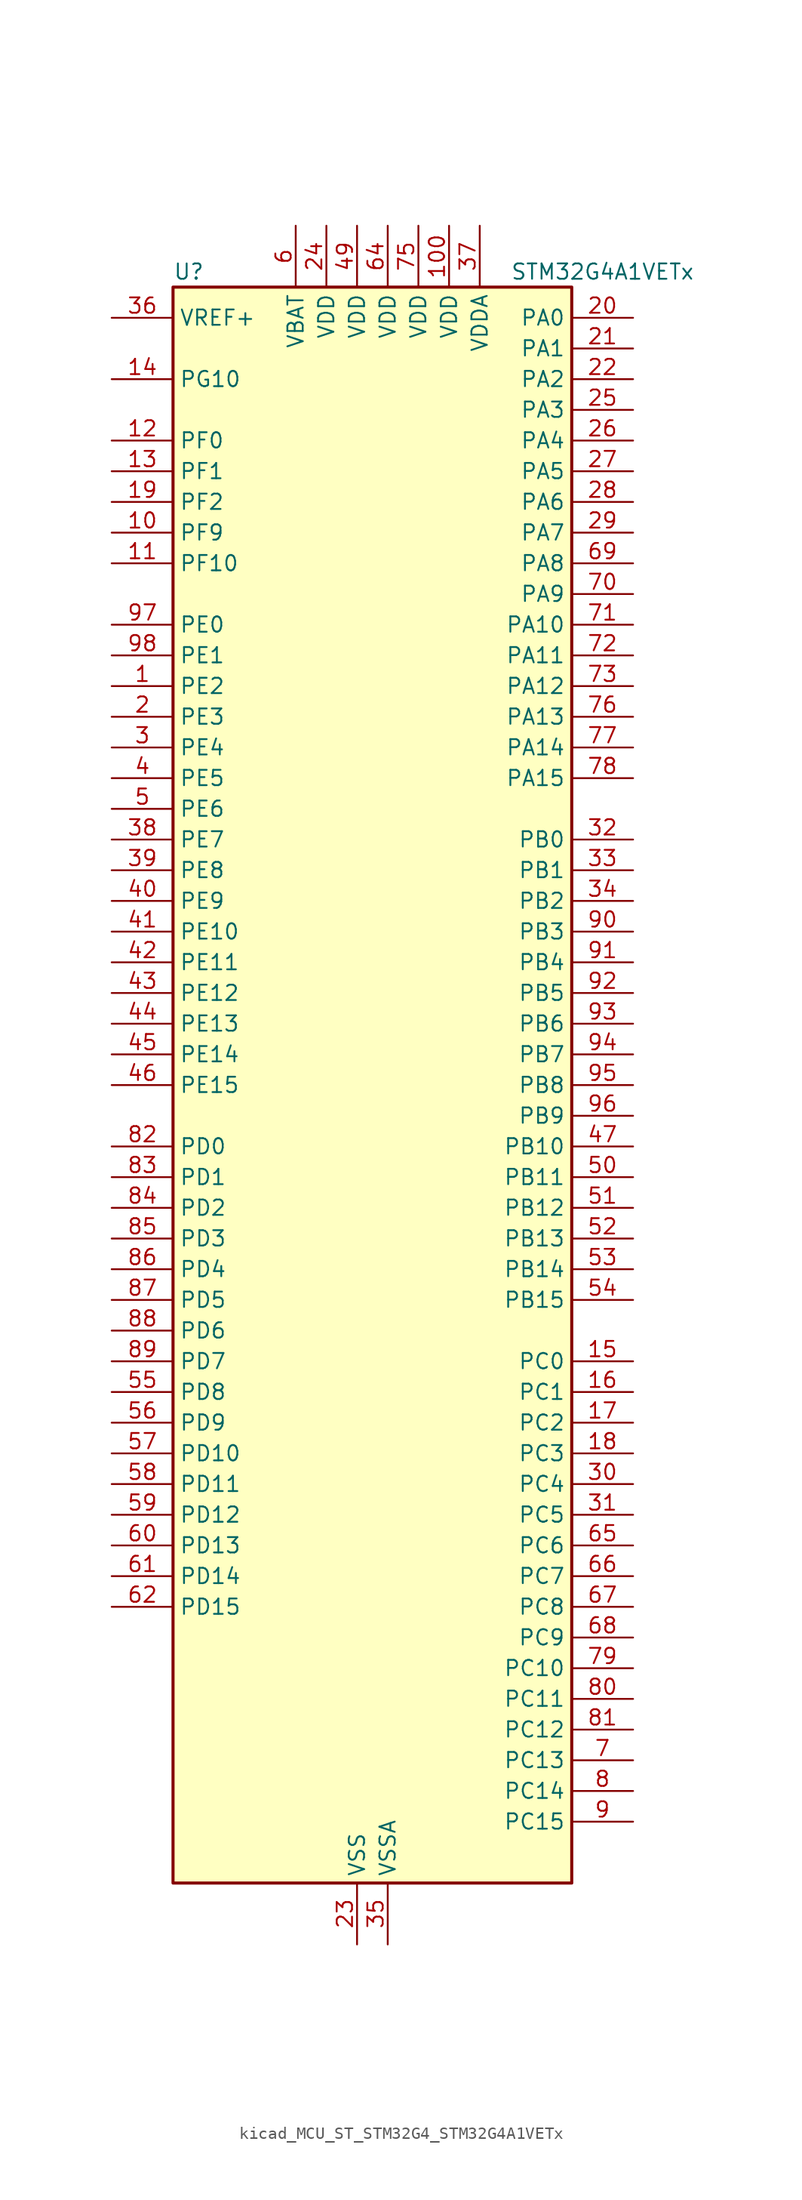
<source format=kicad_sym>
(kicad_symbol_lib
  (version 20220914)
  (generator kicad_symbol_editor)
  (symbol "kicad_MCU_ST_STM32G4_STM32G4A1VETx"
    (property "Reference" "U"
      (at -15.24 67.31 0)
      (effects (font (size 1.27 1.27)) (justify left)))
    (property "Value" "STM32G4A1VETx"
      (at 12.7 67.31 0)
      (effects (font (size 1.27 1.27)) (justify left)))
    (property "ki_locked" ""
      (at 0 0 0)
      (effects (font (size 1.27 1.27))))
    (symbol "kicad_MCU_ST_STM32G4_STM32G4A1VETx_0_1"
      (rectangle (start -15.24 -66.04) (end 17.78 66.04) (stroke (width 0.254) (type default)) (fill (type background))))
    (symbol "kicad_MCU_ST_STM32G4_STM32G4A1VETx_1_1"
      (pin bidirectional line (at -20.32 33.02 0) (length 5.08) (name "PE2" (effects (font (size 1.27 1.27)))) (number "1" (effects (font (size 1.27 1.27)))) (alternate "ADC3_EXTI2" bidirectional line) (alternate "SAI1_CK1" bidirectional line) (alternate "SAI1_MCLK_A" bidirectional line) (alternate "SYS_TRACECLK" bidirectional line) (alternate "TIM20_CH1" bidirectional line) (alternate "TIM3_CH1" bidirectional line))
      (pin bidirectional line (at -20.32 45.72 0) (length 5.08) (name "PF9" (effects (font (size 1.27 1.27)))) (number "10" (effects (font (size 1.27 1.27)))) (alternate "DAC1_EXTI9" bidirectional line) (alternate "DAC3_EXTI9" bidirectional line) (alternate "QUADSPI1_BK1_IO1" bidirectional line) (alternate "SAI1_FS_B" bidirectional line) (alternate "SPI2_SCK" bidirectional line) (alternate "TIM15_CH1" bidirectional line) (alternate "TIM20_BKIN" bidirectional line))
      (pin power_in line (at 7.62 71.12 270) (length 5.08) (name "VDD" (effects (font (size 1.27 1.27)))) (number "100" (effects (font (size 1.27 1.27)))))
      (pin bidirectional line (at -20.32 43.18 0) (length 5.08) (name "PF10" (effects (font (size 1.27 1.27)))) (number "11" (effects (font (size 1.27 1.27)))) (alternate "DAC1_EXTI10" bidirectional line) (alternate "DAC3_EXTI10" bidirectional line) (alternate "QUADSPI1_CLK" bidirectional line) (alternate "SAI1_D3" bidirectional line) (alternate "SPI2_SCK" bidirectional line) (alternate "TIM15_CH2" bidirectional line) (alternate "TIM20_BKIN2" bidirectional line))
      (pin bidirectional line (at -20.32 53.34 0) (length 5.08) (name "PF0" (effects (font (size 1.27 1.27)))) (number "12" (effects (font (size 1.27 1.27)))) (alternate "ADC1_IN10" bidirectional line) (alternate "I2C2_SDA" bidirectional line) (alternate "I2S2_WS" bidirectional line) (alternate "RCC_OSC_IN" bidirectional line) (alternate "SPI2_NSS" bidirectional line) (alternate "TIM1_CH3N" bidirectional line))
      (pin bidirectional line (at -20.32 50.8 0) (length 5.08) (name "PF1" (effects (font (size 1.27 1.27)))) (number "13" (effects (font (size 1.27 1.27)))) (alternate "ADC2_IN10" bidirectional line) (alternate "COMP3_INM" bidirectional line) (alternate "I2S2_CK" bidirectional line) (alternate "RCC_OSC_OUT" bidirectional line) (alternate "SPI2_SCK" bidirectional line))
      (pin bidirectional line (at -20.32 58.42 0) (length 5.08) (name "PG10" (effects (font (size 1.27 1.27)))) (number "14" (effects (font (size 1.27 1.27)))) (alternate "DAC1_EXTI10" bidirectional line) (alternate "DAC3_EXTI10" bidirectional line) (alternate "RCC_MCO" bidirectional line))
      (pin bidirectional line (at 22.86 -22.86 180) (length 5.08) (name "PC0" (effects (font (size 1.27 1.27)))) (number "15" (effects (font (size 1.27 1.27)))) (alternate "ADC1_IN6" bidirectional line) (alternate "ADC2_IN6" bidirectional line) (alternate "COMP3_INM" bidirectional line) (alternate "LPTIM1_IN1" bidirectional line) (alternate "LPUART1_RX" bidirectional line) (alternate "TIM1_CH1" bidirectional line))
      (pin bidirectional line (at 22.86 -25.4 180) (length 5.08) (name "PC1" (effects (font (size 1.27 1.27)))) (number "16" (effects (font (size 1.27 1.27)))) (alternate "ADC1_IN7" bidirectional line) (alternate "ADC2_IN7" bidirectional line) (alternate "COMP3_INP" bidirectional line) (alternate "LPTIM1_OUT" bidirectional line) (alternate "LPUART1_TX" bidirectional line) (alternate "QUADSPI1_BK2_IO0" bidirectional line) (alternate "SAI1_SD_A" bidirectional line) (alternate "TIM1_CH2" bidirectional line))
      (pin bidirectional line (at 22.86 -27.94 180) (length 5.08) (name "PC2" (effects (font (size 1.27 1.27)))) (number "17" (effects (font (size 1.27 1.27)))) (alternate "ADC1_IN8" bidirectional line) (alternate "ADC2_IN8" bidirectional line) (alternate "ADC3_EXTI2" bidirectional line) (alternate "COMP3_OUT" bidirectional line) (alternate "LPTIM1_IN2" bidirectional line) (alternate "QUADSPI1_BK2_IO1" bidirectional line) (alternate "TIM1_CH3" bidirectional line) (alternate "TIM20_CH2" bidirectional line))
      (pin bidirectional line (at 22.86 -30.48 180) (length 5.08) (name "PC3" (effects (font (size 1.27 1.27)))) (number "18" (effects (font (size 1.27 1.27)))) (alternate "ADC1_IN9" bidirectional line) (alternate "ADC2_IN9" bidirectional line) (alternate "ADC3_EXTI3" bidirectional line) (alternate "LPTIM1_ETR" bidirectional line) (alternate "QUADSPI1_BK2_IO2" bidirectional line) (alternate "SAI1_D1" bidirectional line) (alternate "SAI1_SD_A" bidirectional line) (alternate "TIM1_BKIN2" bidirectional line) (alternate "TIM1_CH4" bidirectional line))
      (pin bidirectional line (at -20.32 48.26 0) (length 5.08) (name "PF2" (effects (font (size 1.27 1.27)))) (number "19" (effects (font (size 1.27 1.27)))) (alternate "ADC3_EXTI2" bidirectional line) (alternate "I2C2_SMBA" bidirectional line) (alternate "TIM20_CH3" bidirectional line))
      (pin bidirectional line (at -20.32 30.48 0) (length 5.08) (name "PE3" (effects (font (size 1.27 1.27)))) (number "2" (effects (font (size 1.27 1.27)))) (alternate "ADC3_EXTI3" bidirectional line) (alternate "SAI1_SD_B" bidirectional line) (alternate "SYS_TRACED0" bidirectional line) (alternate "TIM20_CH2" bidirectional line) (alternate "TIM3_CH2" bidirectional line))
      (pin bidirectional line (at 22.86 63.5 180) (length 5.08) (name "PA0" (effects (font (size 1.27 1.27)))) (number "20" (effects (font (size 1.27 1.27)))) (alternate "ADC1_IN1" bidirectional line) (alternate "ADC2_IN1" bidirectional line) (alternate "COMP1_INM" bidirectional line) (alternate "COMP1_OUT" bidirectional line) (alternate "COMP3_INP" bidirectional line) (alternate "RTC_TAMP2" bidirectional line) (alternate "SYS_WKUP1" bidirectional line) (alternate "TIM2_CH1" bidirectional line) (alternate "TIM2_ETR" bidirectional line) (alternate "TIM8_BKIN" bidirectional line) (alternate "TIM8_ETR" bidirectional line) (alternate "USART2_CTS" bidirectional line) (alternate "USART2_NSS" bidirectional line))
      (pin bidirectional line (at 22.86 60.96 180) (length 5.08) (name "PA1" (effects (font (size 1.27 1.27)))) (number "21" (effects (font (size 1.27 1.27)))) (alternate "ADC1_IN2" bidirectional line) (alternate "ADC2_IN2" bidirectional line) (alternate "COMP1_INP" bidirectional line) (alternate "OPAMP1_VINP" bidirectional line) (alternate "OPAMP1_VINP_SEC" bidirectional line) (alternate "OPAMP3_VINP" bidirectional line) (alternate "OPAMP3_VINP_SEC" bidirectional line) (alternate "OPAMP6_VINM" bidirectional line) (alternate "OPAMP6_VINM0" bidirectional line) (alternate "OPAMP6_VINM_SEC" bidirectional line) (alternate "RTC_REFIN" bidirectional line) (alternate "TIM15_CH1N" bidirectional line) (alternate "TIM2_CH2" bidirectional line) (alternate "USART2_DE" bidirectional line) (alternate "USART2_RTS" bidirectional line))
      (pin bidirectional line (at 22.86 58.42 180) (length 5.08) (name "PA2" (effects (font (size 1.27 1.27)))) (number "22" (effects (font (size 1.27 1.27)))) (alternate "ADC1_IN3" bidirectional line) (alternate "ADC3_EXTI2" bidirectional line) (alternate "COMP2_INM" bidirectional line) (alternate "COMP2_OUT" bidirectional line) (alternate "LPUART1_TX" bidirectional line) (alternate "OPAMP1_VOUT" bidirectional line) (alternate "QUADSPI1_BK1_NCS" bidirectional line) (alternate "RCC_LSCO" bidirectional line) (alternate "SYS_WKUP4" bidirectional line) (alternate "TIM15_CH1" bidirectional line) (alternate "TIM2_CH3" bidirectional line) (alternate "UCPD1_FRSTX1" bidirectional line) (alternate "UCPD1_FRSTX2" bidirectional line) (alternate "USART2_TX" bidirectional line))
      (pin power_in line (at 0 -71.12 90) (length 5.08) (name "VSS" (effects (font (size 1.27 1.27)))) (number "23" (effects (font (size 1.27 1.27)))))
      (pin power_in line (at -2.54 71.12 270) (length 5.08) (name "VDD" (effects (font (size 1.27 1.27)))) (number "24" (effects (font (size 1.27 1.27)))))
      (pin bidirectional line (at 22.86 55.88 180) (length 5.08) (name "PA3" (effects (font (size 1.27 1.27)))) (number "25" (effects (font (size 1.27 1.27)))) (alternate "ADC1_IN4" bidirectional line) (alternate "ADC3_EXTI3" bidirectional line) (alternate "COMP2_INP" bidirectional line) (alternate "LPUART1_RX" bidirectional line) (alternate "OPAMP1_VINM" bidirectional line) (alternate "OPAMP1_VINM0" bidirectional line) (alternate "OPAMP1_VINM_SEC" bidirectional line) (alternate "OPAMP1_VINP" bidirectional line) (alternate "OPAMP1_VINP_SEC" bidirectional line) (alternate "QUADSPI1_CLK" bidirectional line) (alternate "SAI1_CK1" bidirectional line) (alternate "SAI1_MCLK_A" bidirectional line) (alternate "TIM15_CH2" bidirectional line) (alternate "TIM2_CH4" bidirectional line) (alternate "USART2_RX" bidirectional line))
      (pin bidirectional line (at 22.86 53.34 180) (length 5.08) (name "PA4" (effects (font (size 1.27 1.27)))) (number "26" (effects (font (size 1.27 1.27)))) (alternate "ADC2_IN17" bidirectional line) (alternate "COMP1_INM" bidirectional line) (alternate "DAC1_OUT1" bidirectional line) (alternate "I2S3_WS" bidirectional line) (alternate "SAI1_FS_B" bidirectional line) (alternate "SPI1_NSS" bidirectional line) (alternate "SPI3_NSS" bidirectional line) (alternate "TIM3_CH2" bidirectional line) (alternate "USART2_CK" bidirectional line))
      (pin bidirectional line (at 22.86 50.8 180) (length 5.08) (name "PA5" (effects (font (size 1.27 1.27)))) (number "27" (effects (font (size 1.27 1.27)))) (alternate "ADC2_IN13" bidirectional line) (alternate "COMP2_INM" bidirectional line) (alternate "DAC1_OUT2" bidirectional line) (alternate "OPAMP2_VINM" bidirectional line) (alternate "OPAMP2_VINM0" bidirectional line) (alternate "OPAMP2_VINM_SEC" bidirectional line) (alternate "SPI1_SCK" bidirectional line) (alternate "TIM2_CH1" bidirectional line) (alternate "TIM2_ETR" bidirectional line) (alternate "UCPD1_FRSTX1" bidirectional line) (alternate "UCPD1_FRSTX2" bidirectional line))
      (pin bidirectional line (at 22.86 48.26 180) (length 5.08) (name "PA6" (effects (font (size 1.27 1.27)))) (number "28" (effects (font (size 1.27 1.27)))) (alternate "ADC2_IN3" bidirectional line) (alternate "COMP1_OUT" bidirectional line) (alternate "LPUART1_CTS" bidirectional line) (alternate "OPAMP2_VOUT" bidirectional line) (alternate "QUADSPI1_BK1_IO3" bidirectional line) (alternate "SPI1_MISO" bidirectional line) (alternate "TIM16_CH1" bidirectional line) (alternate "TIM1_BKIN" bidirectional line) (alternate "TIM3_CH1" bidirectional line) (alternate "TIM8_BKIN" bidirectional line))
      (pin bidirectional line (at 22.86 45.72 180) (length 5.08) (name "PA7" (effects (font (size 1.27 1.27)))) (number "29" (effects (font (size 1.27 1.27)))) (alternate "ADC2_IN4" bidirectional line) (alternate "COMP2_INP" bidirectional line) (alternate "COMP2_OUT" bidirectional line) (alternate "OPAMP1_VINP" bidirectional line) (alternate "OPAMP1_VINP_SEC" bidirectional line) (alternate "OPAMP2_VINP" bidirectional line) (alternate "OPAMP2_VINP_SEC" bidirectional line) (alternate "QUADSPI1_BK1_IO2" bidirectional line) (alternate "SPI1_MOSI" bidirectional line) (alternate "TIM17_CH1" bidirectional line) (alternate "TIM1_CH1N" bidirectional line) (alternate "TIM3_CH2" bidirectional line) (alternate "TIM8_CH1N" bidirectional line) (alternate "UCPD1_FRSTX1" bidirectional line) (alternate "UCPD1_FRSTX2" bidirectional line))
      (pin bidirectional line (at -20.32 27.94 0) (length 5.08) (name "PE4" (effects (font (size 1.27 1.27)))) (number "3" (effects (font (size 1.27 1.27)))) (alternate "SAI1_D2" bidirectional line) (alternate "SAI1_FS_A" bidirectional line) (alternate "SYS_TRACED1" bidirectional line) (alternate "TIM20_CH1N" bidirectional line) (alternate "TIM3_CH3" bidirectional line))
      (pin bidirectional line (at 22.86 -33.02 180) (length 5.08) (name "PC4" (effects (font (size 1.27 1.27)))) (number "30" (effects (font (size 1.27 1.27)))) (alternate "ADC2_IN5" bidirectional line) (alternate "I2C2_SCL" bidirectional line) (alternate "QUADSPI1_BK2_IO3" bidirectional line) (alternate "TIM1_ETR" bidirectional line) (alternate "USART1_TX" bidirectional line))
      (pin bidirectional line (at 22.86 -35.56 180) (length 5.08) (name "PC5" (effects (font (size 1.27 1.27)))) (number "31" (effects (font (size 1.27 1.27)))) (alternate "ADC2_IN11" bidirectional line) (alternate "OPAMP1_VINM" bidirectional line) (alternate "OPAMP1_VINM1" bidirectional line) (alternate "OPAMP1_VINM_SEC" bidirectional line) (alternate "OPAMP2_VINM" bidirectional line) (alternate "OPAMP2_VINM1" bidirectional line) (alternate "OPAMP2_VINM_SEC" bidirectional line) (alternate "SAI1_D3" bidirectional line) (alternate "SYS_WKUP5" bidirectional line) (alternate "TIM15_BKIN" bidirectional line) (alternate "TIM1_CH4N" bidirectional line) (alternate "USART1_RX" bidirectional line))
      (pin bidirectional line (at 22.86 20.32 180) (length 5.08) (name "PB0" (effects (font (size 1.27 1.27)))) (number "32" (effects (font (size 1.27 1.27)))) (alternate "ADC1_IN15" bidirectional line) (alternate "ADC3_IN12" bidirectional line) (alternate "COMP4_INP" bidirectional line) (alternate "OPAMP2_VINP" bidirectional line) (alternate "OPAMP2_VINP_SEC" bidirectional line) (alternate "OPAMP3_VINP" bidirectional line) (alternate "OPAMP3_VINP_SEC" bidirectional line) (alternate "QUADSPI1_BK1_IO1" bidirectional line) (alternate "TIM1_CH2N" bidirectional line) (alternate "TIM3_CH3" bidirectional line) (alternate "TIM8_CH2N" bidirectional line) (alternate "UCPD1_FRSTX1" bidirectional line) (alternate "UCPD1_FRSTX2" bidirectional line))
      (pin bidirectional line (at 22.86 17.78 180) (length 5.08) (name "PB1" (effects (font (size 1.27 1.27)))) (number "33" (effects (font (size 1.27 1.27)))) (alternate "ADC1_IN12" bidirectional line) (alternate "ADC3_IN1" bidirectional line) (alternate "COMP1_INP" bidirectional line) (alternate "COMP4_OUT" bidirectional line) (alternate "LPUART1_DE" bidirectional line) (alternate "LPUART1_RTS" bidirectional line) (alternate "OPAMP3_VOUT" bidirectional line) (alternate "OPAMP6_VINM" bidirectional line) (alternate "OPAMP6_VINM1" bidirectional line) (alternate "OPAMP6_VINM_SEC" bidirectional line) (alternate "QUADSPI1_BK1_IO0" bidirectional line) (alternate "TIM1_CH3N" bidirectional line) (alternate "TIM3_CH4" bidirectional line) (alternate "TIM8_CH3N" bidirectional line))
      (pin bidirectional line (at 22.86 15.24 180) (length 5.08) (name "PB2" (effects (font (size 1.27 1.27)))) (number "34" (effects (font (size 1.27 1.27)))) (alternate "ADC2_IN12" bidirectional line) (alternate "ADC3_EXTI2" bidirectional line) (alternate "COMP4_INM" bidirectional line) (alternate "I2C3_SMBA" bidirectional line) (alternate "LPTIM1_OUT" bidirectional line) (alternate "OPAMP3_VINM" bidirectional line) (alternate "OPAMP3_VINM0" bidirectional line) (alternate "OPAMP3_VINM_SEC" bidirectional line) (alternate "QUADSPI1_BK2_IO1" bidirectional line) (alternate "RTC_OUT2" bidirectional line) (alternate "TIM20_CH1" bidirectional line))
      (pin power_in line (at 2.54 -71.12 90) (length 5.08) (name "VSSA" (effects (font (size 1.27 1.27)))) (number "35" (effects (font (size 1.27 1.27)))))
      (pin input line (at -20.32 63.5 0) (length 5.08) (name "VREF+" (effects (font (size 1.27 1.27)))) (number "36" (effects (font (size 1.27 1.27)))) (alternate "VREFBUF_OUT" bidirectional line))
      (pin power_in line (at 10.16 71.12 270) (length 5.08) (name "VDDA" (effects (font (size 1.27 1.27)))) (number "37" (effects (font (size 1.27 1.27)))))
      (pin bidirectional line (at -20.32 20.32 0) (length 5.08) (name "PE7" (effects (font (size 1.27 1.27)))) (number "38" (effects (font (size 1.27 1.27)))) (alternate "ADC3_IN4" bidirectional line) (alternate "COMP4_INP" bidirectional line) (alternate "SAI1_SD_B" bidirectional line) (alternate "TIM1_ETR" bidirectional line))
      (pin bidirectional line (at -20.32 17.78 0) (length 5.08) (name "PE8" (effects (font (size 1.27 1.27)))) (number "39" (effects (font (size 1.27 1.27)))) (alternate "ADC3_IN6" bidirectional line) (alternate "COMP4_INM" bidirectional line) (alternate "SAI1_SCK_B" bidirectional line) (alternate "TIM1_CH1N" bidirectional line))
      (pin bidirectional line (at -20.32 25.4 0) (length 5.08) (name "PE5" (effects (font (size 1.27 1.27)))) (number "4" (effects (font (size 1.27 1.27)))) (alternate "SAI1_CK2" bidirectional line) (alternate "SAI1_SCK_A" bidirectional line) (alternate "SYS_TRACED2" bidirectional line) (alternate "TIM20_CH2N" bidirectional line) (alternate "TIM3_CH4" bidirectional line))
      (pin bidirectional line (at -20.32 15.24 0) (length 5.08) (name "PE9" (effects (font (size 1.27 1.27)))) (number "40" (effects (font (size 1.27 1.27)))) (alternate "ADC3_IN2" bidirectional line) (alternate "DAC1_EXTI9" bidirectional line) (alternate "DAC3_EXTI9" bidirectional line) (alternate "SAI1_FS_B" bidirectional line) (alternate "TIM1_CH1" bidirectional line))
      (pin bidirectional line (at -20.32 12.7 0) (length 5.08) (name "PE10" (effects (font (size 1.27 1.27)))) (number "41" (effects (font (size 1.27 1.27)))) (alternate "ADC3_IN14" bidirectional line) (alternate "DAC1_EXTI10" bidirectional line) (alternate "DAC3_EXTI10" bidirectional line) (alternate "QUADSPI1_CLK" bidirectional line) (alternate "SAI1_MCLK_B" bidirectional line) (alternate "TIM1_CH2N" bidirectional line))
      (pin bidirectional line (at -20.32 10.16 0) (length 5.08) (name "PE11" (effects (font (size 1.27 1.27)))) (number "42" (effects (font (size 1.27 1.27)))) (alternate "ADC1_EXTI11" bidirectional line) (alternate "ADC2_EXTI11" bidirectional line) (alternate "ADC3_IN15" bidirectional line) (alternate "QUADSPI1_BK1_NCS" bidirectional line) (alternate "TIM1_CH2" bidirectional line))
      (pin bidirectional line (at -20.32 7.62 0) (length 5.08) (name "PE12" (effects (font (size 1.27 1.27)))) (number "43" (effects (font (size 1.27 1.27)))) (alternate "ADC3_IN16" bidirectional line) (alternate "QUADSPI1_BK1_IO0" bidirectional line) (alternate "TIM1_CH3N" bidirectional line))
      (pin bidirectional line (at -20.32 5.08 0) (length 5.08) (name "PE13" (effects (font (size 1.27 1.27)))) (number "44" (effects (font (size 1.27 1.27)))) (alternate "ADC3_IN3" bidirectional line) (alternate "QUADSPI1_BK1_IO1" bidirectional line) (alternate "TIM1_CH3" bidirectional line))
      (pin bidirectional line (at -20.32 2.54 0) (length 5.08) (name "PE14" (effects (font (size 1.27 1.27)))) (number "45" (effects (font (size 1.27 1.27)))) (alternate "QUADSPI1_BK1_IO2" bidirectional line) (alternate "TIM1_BKIN2" bidirectional line) (alternate "TIM1_CH4" bidirectional line))
      (pin bidirectional line (at -20.32 0 0) (length 5.08) (name "PE15" (effects (font (size 1.27 1.27)))) (number "46" (effects (font (size 1.27 1.27)))) (alternate "ADC1_EXTI15" bidirectional line) (alternate "ADC2_EXTI15" bidirectional line) (alternate "QUADSPI1_BK1_IO3" bidirectional line) (alternate "TIM1_BKIN" bidirectional line) (alternate "TIM1_CH4N" bidirectional line) (alternate "USART3_RX" bidirectional line))
      (pin bidirectional line (at 22.86 -5.08 180) (length 5.08) (name "PB10" (effects (font (size 1.27 1.27)))) (number "47" (effects (font (size 1.27 1.27)))) (alternate "DAC1_EXTI10" bidirectional line) (alternate "DAC3_EXTI10" bidirectional line) (alternate "LPUART1_RX" bidirectional line) (alternate "OPAMP3_VINM" bidirectional line) (alternate "OPAMP3_VINM1" bidirectional line) (alternate "OPAMP3_VINM_SEC" bidirectional line) (alternate "QUADSPI1_CLK" bidirectional line) (alternate "SAI1_SCK_A" bidirectional line) (alternate "TIM1_BKIN" bidirectional line) (alternate "TIM2_CH3" bidirectional line) (alternate "USART3_TX" bidirectional line))
      (pin passive line (at 0 -71.12 90) (length 5.08) hide (name "VSS" (effects (font (size 1.27 1.27)))) (number "48" (effects (font (size 1.27 1.27)))))
      (pin power_in line (at 0 71.12 270) (length 5.08) (name "VDD" (effects (font (size 1.27 1.27)))) (number "49" (effects (font (size 1.27 1.27)))))
      (pin bidirectional line (at -20.32 22.86 0) (length 5.08) (name "PE6" (effects (font (size 1.27 1.27)))) (number "5" (effects (font (size 1.27 1.27)))) (alternate "RTC_TAMP3" bidirectional line) (alternate "SAI1_D1" bidirectional line) (alternate "SAI1_SD_A" bidirectional line) (alternate "SYS_TRACED3" bidirectional line) (alternate "SYS_WKUP3" bidirectional line) (alternate "TIM20_CH3N" bidirectional line))
      (pin bidirectional line (at 22.86 -7.62 180) (length 5.08) (name "PB11" (effects (font (size 1.27 1.27)))) (number "50" (effects (font (size 1.27 1.27)))) (alternate "ADC1_EXTI11" bidirectional line) (alternate "ADC1_IN14" bidirectional line) (alternate "ADC2_EXTI11" bidirectional line) (alternate "ADC2_IN14" bidirectional line) (alternate "LPUART1_TX" bidirectional line) (alternate "OPAMP6_VOUT" bidirectional line) (alternate "QUADSPI1_BK1_NCS" bidirectional line) (alternate "TIM2_CH4" bidirectional line) (alternate "USART3_RX" bidirectional line))
      (pin bidirectional line (at 22.86 -10.16 180) (length 5.08) (name "PB12" (effects (font (size 1.27 1.27)))) (number "51" (effects (font (size 1.27 1.27)))) (alternate "ADC1_IN11" bidirectional line) (alternate "FDCAN2_RX" bidirectional line) (alternate "I2C2_SMBA" bidirectional line) (alternate "I2S2_WS" bidirectional line) (alternate "LPUART1_DE" bidirectional line) (alternate "LPUART1_RTS" bidirectional line) (alternate "OPAMP6_VINP" bidirectional line) (alternate "OPAMP6_VINP_SEC" bidirectional line) (alternate "SPI2_NSS" bidirectional line) (alternate "TIM1_BKIN" bidirectional line) (alternate "USART3_CK" bidirectional line))
      (pin bidirectional line (at 22.86 -12.7 180) (length 5.08) (name "PB13" (effects (font (size 1.27 1.27)))) (number "52" (effects (font (size 1.27 1.27)))) (alternate "ADC3_IN5" bidirectional line) (alternate "FDCAN2_TX" bidirectional line) (alternate "I2S2_CK" bidirectional line) (alternate "LPUART1_CTS" bidirectional line) (alternate "OPAMP3_VINP" bidirectional line) (alternate "OPAMP3_VINP_SEC" bidirectional line) (alternate "OPAMP6_VINP" bidirectional line) (alternate "OPAMP6_VINP_SEC" bidirectional line) (alternate "SPI2_SCK" bidirectional line) (alternate "TIM1_CH1N" bidirectional line) (alternate "USART3_CTS" bidirectional line) (alternate "USART3_NSS" bidirectional line))
      (pin bidirectional line (at 22.86 -15.24 180) (length 5.08) (name "PB14" (effects (font (size 1.27 1.27)))) (number "53" (effects (font (size 1.27 1.27)))) (alternate "ADC1_IN5" bidirectional line) (alternate "COMP4_OUT" bidirectional line) (alternate "OPAMP2_VINP" bidirectional line) (alternate "OPAMP2_VINP_SEC" bidirectional line) (alternate "SPI2_MISO" bidirectional line) (alternate "TIM15_CH1" bidirectional line) (alternate "TIM1_CH2N" bidirectional line) (alternate "USART3_DE" bidirectional line) (alternate "USART3_RTS" bidirectional line))
      (pin bidirectional line (at 22.86 -17.78 180) (length 5.08) (name "PB15" (effects (font (size 1.27 1.27)))) (number "54" (effects (font (size 1.27 1.27)))) (alternate "ADC1_EXTI15" bidirectional line) (alternate "ADC2_EXTI15" bidirectional line) (alternate "ADC2_IN15" bidirectional line) (alternate "COMP3_OUT" bidirectional line) (alternate "I2S2_SD" bidirectional line) (alternate "RTC_REFIN" bidirectional line) (alternate "SPI2_MOSI" bidirectional line) (alternate "TIM15_CH1N" bidirectional line) (alternate "TIM15_CH2" bidirectional line) (alternate "TIM1_CH3N" bidirectional line))
      (pin bidirectional line (at -20.32 -25.4 0) (length 5.08) (name "PD8" (effects (font (size 1.27 1.27)))) (number "55" (effects (font (size 1.27 1.27)))) (alternate "USART3_TX" bidirectional line))
      (pin bidirectional line (at -20.32 -27.94 0) (length 5.08) (name "PD9" (effects (font (size 1.27 1.27)))) (number "56" (effects (font (size 1.27 1.27)))) (alternate "DAC1_EXTI9" bidirectional line) (alternate "DAC3_EXTI9" bidirectional line) (alternate "OPAMP6_VINP" bidirectional line) (alternate "OPAMP6_VINP_SEC" bidirectional line) (alternate "USART3_RX" bidirectional line))
      (pin bidirectional line (at -20.32 -30.48 0) (length 5.08) (name "PD10" (effects (font (size 1.27 1.27)))) (number "57" (effects (font (size 1.27 1.27)))) (alternate "ADC3_IN7" bidirectional line) (alternate "DAC1_EXTI10" bidirectional line) (alternate "DAC3_EXTI10" bidirectional line) (alternate "USART3_CK" bidirectional line))
      (pin bidirectional line (at -20.32 -33.02 0) (length 5.08) (name "PD11" (effects (font (size 1.27 1.27)))) (number "58" (effects (font (size 1.27 1.27)))) (alternate "ADC1_EXTI11" bidirectional line) (alternate "ADC2_EXTI11" bidirectional line) (alternate "ADC3_IN8" bidirectional line) (alternate "USART3_CTS" bidirectional line) (alternate "USART3_NSS" bidirectional line))
      (pin bidirectional line (at -20.32 -35.56 0) (length 5.08) (name "PD12" (effects (font (size 1.27 1.27)))) (number "59" (effects (font (size 1.27 1.27)))) (alternate "ADC3_IN9" bidirectional line) (alternate "TIM4_CH1" bidirectional line) (alternate "USART3_DE" bidirectional line) (alternate "USART3_RTS" bidirectional line))
      (pin power_in line (at -5.08 71.12 270) (length 5.08) (name "VBAT" (effects (font (size 1.27 1.27)))) (number "6" (effects (font (size 1.27 1.27)))))
      (pin bidirectional line (at -20.32 -38.1 0) (length 5.08) (name "PD13" (effects (font (size 1.27 1.27)))) (number "60" (effects (font (size 1.27 1.27)))) (alternate "ADC3_IN10" bidirectional line) (alternate "TIM4_CH2" bidirectional line))
      (pin bidirectional line (at -20.32 -40.64 0) (length 5.08) (name "PD14" (effects (font (size 1.27 1.27)))) (number "61" (effects (font (size 1.27 1.27)))) (alternate "ADC3_IN11" bidirectional line) (alternate "OPAMP2_VINP" bidirectional line) (alternate "OPAMP2_VINP_SEC" bidirectional line) (alternate "TIM4_CH3" bidirectional line))
      (pin bidirectional line (at -20.32 -43.18 0) (length 5.08) (name "PD15" (effects (font (size 1.27 1.27)))) (number "62" (effects (font (size 1.27 1.27)))) (alternate "ADC1_EXTI15" bidirectional line) (alternate "ADC2_EXTI15" bidirectional line) (alternate "SPI2_NSS" bidirectional line) (alternate "TIM4_CH4" bidirectional line))
      (pin passive line (at 0 -71.12 90) (length 5.08) hide (name "VSS" (effects (font (size 1.27 1.27)))) (number "63" (effects (font (size 1.27 1.27)))))
      (pin power_in line (at 2.54 71.12 270) (length 5.08) (name "VDD" (effects (font (size 1.27 1.27)))) (number "64" (effects (font (size 1.27 1.27)))))
      (pin bidirectional line (at 22.86 -38.1 180) (length 5.08) (name "PC6" (effects (font (size 1.27 1.27)))) (number "65" (effects (font (size 1.27 1.27)))) (alternate "I2S2_MCK" bidirectional line) (alternate "TIM3_CH1" bidirectional line) (alternate "TIM8_CH1" bidirectional line))
      (pin bidirectional line (at 22.86 -40.64 180) (length 5.08) (name "PC7" (effects (font (size 1.27 1.27)))) (number "66" (effects (font (size 1.27 1.27)))) (alternate "I2S3_MCK" bidirectional line) (alternate "TIM3_CH2" bidirectional line) (alternate "TIM8_CH2" bidirectional line))
      (pin bidirectional line (at 22.86 -43.18 180) (length 5.08) (name "PC8" (effects (font (size 1.27 1.27)))) (number "67" (effects (font (size 1.27 1.27)))) (alternate "I2C3_SCL" bidirectional line) (alternate "TIM20_CH3" bidirectional line) (alternate "TIM3_CH3" bidirectional line) (alternate "TIM8_CH3" bidirectional line))
      (pin bidirectional line (at 22.86 -45.72 180) (length 5.08) (name "PC9" (effects (font (size 1.27 1.27)))) (number "68" (effects (font (size 1.27 1.27)))) (alternate "DAC1_EXTI9" bidirectional line) (alternate "DAC3_EXTI9" bidirectional line) (alternate "I2C3_SDA" bidirectional line) (alternate "I2S_CKIN" bidirectional line) (alternate "TIM3_CH4" bidirectional line) (alternate "TIM8_BKIN2" bidirectional line) (alternate "TIM8_CH4" bidirectional line))
      (pin bidirectional line (at 22.86 43.18 180) (length 5.08) (name "PA8" (effects (font (size 1.27 1.27)))) (number "69" (effects (font (size 1.27 1.27)))) (alternate "I2C2_SDA" bidirectional line) (alternate "I2C3_SCL" bidirectional line) (alternate "I2S2_MCK" bidirectional line) (alternate "RCC_MCO" bidirectional line) (alternate "SAI1_CK2" bidirectional line) (alternate "SAI1_SCK_A" bidirectional line) (alternate "TIM1_CH1" bidirectional line) (alternate "TIM4_ETR" bidirectional line) (alternate "USART1_CK" bidirectional line))
      (pin bidirectional line (at 22.86 -55.88 180) (length 5.08) (name "PC13" (effects (font (size 1.27 1.27)))) (number "7" (effects (font (size 1.27 1.27)))) (alternate "RTC_OUT1" bidirectional line) (alternate "RTC_TAMP1" bidirectional line) (alternate "RTC_TS" bidirectional line) (alternate "SYS_WKUP2" bidirectional line) (alternate "TIM1_BKIN" bidirectional line) (alternate "TIM1_CH1N" bidirectional line) (alternate "TIM8_CH4N" bidirectional line))
      (pin bidirectional line (at 22.86 40.64 180) (length 5.08) (name "PA9" (effects (font (size 1.27 1.27)))) (number "70" (effects (font (size 1.27 1.27)))) (alternate "DAC1_EXTI9" bidirectional line) (alternate "DAC3_EXTI9" bidirectional line) (alternate "I2C2_SCL" bidirectional line) (alternate "I2C3_SMBA" bidirectional line) (alternate "I2S3_MCK" bidirectional line) (alternate "SAI1_FS_A" bidirectional line) (alternate "TIM15_BKIN" bidirectional line) (alternate "TIM1_CH2" bidirectional line) (alternate "TIM2_CH3" bidirectional line) (alternate "UCPD1_DBCC1" bidirectional line) (alternate "USART1_TX" bidirectional line))
      (pin bidirectional line (at 22.86 38.1 180) (length 5.08) (name "PA10" (effects (font (size 1.27 1.27)))) (number "71" (effects (font (size 1.27 1.27)))) (alternate "CRS_SYNC" bidirectional line) (alternate "DAC1_EXTI10" bidirectional line) (alternate "DAC3_EXTI10" bidirectional line) (alternate "I2C2_SMBA" bidirectional line) (alternate "SAI1_D1" bidirectional line) (alternate "SAI1_SD_A" bidirectional line) (alternate "SPI2_MISO" bidirectional line) (alternate "TIM17_BKIN" bidirectional line) (alternate "TIM1_CH3" bidirectional line) (alternate "TIM2_CH4" bidirectional line) (alternate "TIM8_BKIN" bidirectional line) (alternate "UCPD1_DBCC2" bidirectional line) (alternate "USART1_RX" bidirectional line))
      (pin bidirectional line (at 22.86 35.56 180) (length 5.08) (name "PA11" (effects (font (size 1.27 1.27)))) (number "72" (effects (font (size 1.27 1.27)))) (alternate "ADC1_EXTI11" bidirectional line) (alternate "ADC2_EXTI11" bidirectional line) (alternate "COMP1_OUT" bidirectional line) (alternate "FDCAN1_RX" bidirectional line) (alternate "I2S2_SD" bidirectional line) (alternate "SPI2_MOSI" bidirectional line) (alternate "TIM1_BKIN2" bidirectional line) (alternate "TIM1_CH1N" bidirectional line) (alternate "TIM1_CH4" bidirectional line) (alternate "TIM4_CH1" bidirectional line) (alternate "USART1_CTS" bidirectional line) (alternate "USART1_NSS" bidirectional line) (alternate "USB_DM" bidirectional line))
      (pin bidirectional line (at 22.86 33.02 180) (length 5.08) (name "PA12" (effects (font (size 1.27 1.27)))) (number "73" (effects (font (size 1.27 1.27)))) (alternate "COMP2_OUT" bidirectional line) (alternate "FDCAN1_TX" bidirectional line) (alternate "I2S_CKIN" bidirectional line) (alternate "TIM16_CH1" bidirectional line) (alternate "TIM1_CH2N" bidirectional line) (alternate "TIM1_ETR" bidirectional line) (alternate "TIM4_CH2" bidirectional line) (alternate "USART1_DE" bidirectional line) (alternate "USART1_RTS" bidirectional line) (alternate "USB_DP" bidirectional line))
      (pin passive line (at 0 -71.12 90) (length 5.08) hide (name "VSS" (effects (font (size 1.27 1.27)))) (number "74" (effects (font (size 1.27 1.27)))))
      (pin power_in line (at 5.08 71.12 270) (length 5.08) (name "VDD" (effects (font (size 1.27 1.27)))) (number "75" (effects (font (size 1.27 1.27)))))
      (pin bidirectional line (at 22.86 30.48 180) (length 5.08) (name "PA13" (effects (font (size 1.27 1.27)))) (number "76" (effects (font (size 1.27 1.27)))) (alternate "I2C1_SCL" bidirectional line) (alternate "IR_OUT" bidirectional line) (alternate "SAI1_SD_B" bidirectional line) (alternate "SYS_JTMS-SWDIO" bidirectional line) (alternate "TIM16_CH1N" bidirectional line) (alternate "TIM4_CH3" bidirectional line) (alternate "USART3_CTS" bidirectional line) (alternate "USART3_NSS" bidirectional line))
      (pin bidirectional line (at 22.86 27.94 180) (length 5.08) (name "PA14" (effects (font (size 1.27 1.27)))) (number "77" (effects (font (size 1.27 1.27)))) (alternate "I2C1_SDA" bidirectional line) (alternate "LPTIM1_OUT" bidirectional line) (alternate "SAI1_FS_B" bidirectional line) (alternate "SYS_JTCK-SWCLK" bidirectional line) (alternate "TIM1_BKIN" bidirectional line) (alternate "TIM8_CH2" bidirectional line) (alternate "USART2_TX" bidirectional line))
      (pin bidirectional line (at 22.86 25.4 180) (length 5.08) (name "PA15" (effects (font (size 1.27 1.27)))) (number "78" (effects (font (size 1.27 1.27)))) (alternate "ADC1_EXTI15" bidirectional line) (alternate "ADC2_EXTI15" bidirectional line) (alternate "I2C1_SCL" bidirectional line) (alternate "I2S3_WS" bidirectional line) (alternate "SPI1_NSS" bidirectional line) (alternate "SPI3_NSS" bidirectional line) (alternate "SYS_JTDI" bidirectional line) (alternate "TIM1_BKIN" bidirectional line) (alternate "TIM20_ETR" bidirectional line) (alternate "TIM2_CH1" bidirectional line) (alternate "TIM2_ETR" bidirectional line) (alternate "TIM8_CH1" bidirectional line) (alternate "UART4_DE" bidirectional line) (alternate "UART4_RTS" bidirectional line) (alternate "USART2_RX" bidirectional line))
      (pin bidirectional line (at 22.86 -48.26 180) (length 5.08) (name "PC10" (effects (font (size 1.27 1.27)))) (number "79" (effects (font (size 1.27 1.27)))) (alternate "DAC1_EXTI10" bidirectional line) (alternate "DAC3_EXTI10" bidirectional line) (alternate "I2S3_CK" bidirectional line) (alternate "SPI3_SCK" bidirectional line) (alternate "TIM8_CH1N" bidirectional line) (alternate "UART4_TX" bidirectional line) (alternate "USART3_TX" bidirectional line))
      (pin bidirectional line (at 22.86 -58.42 180) (length 5.08) (name "PC14" (effects (font (size 1.27 1.27)))) (number "8" (effects (font (size 1.27 1.27)))) (alternate "RCC_OSC32_IN" bidirectional line))
      (pin bidirectional line (at 22.86 -50.8 180) (length 5.08) (name "PC11" (effects (font (size 1.27 1.27)))) (number "80" (effects (font (size 1.27 1.27)))) (alternate "ADC1_EXTI11" bidirectional line) (alternate "ADC2_EXTI11" bidirectional line) (alternate "I2C3_SDA" bidirectional line) (alternate "SPI3_MISO" bidirectional line) (alternate "TIM8_CH2N" bidirectional line) (alternate "UART4_RX" bidirectional line) (alternate "USART3_RX" bidirectional line))
      (pin bidirectional line (at 22.86 -53.34 180) (length 5.08) (name "PC12" (effects (font (size 1.27 1.27)))) (number "81" (effects (font (size 1.27 1.27)))) (alternate "I2S3_SD" bidirectional line) (alternate "SPI3_MOSI" bidirectional line) (alternate "TIM8_CH3N" bidirectional line) (alternate "UART5_TX" bidirectional line) (alternate "UCPD1_FRSTX1" bidirectional line) (alternate "UCPD1_FRSTX2" bidirectional line) (alternate "USART3_CK" bidirectional line))
      (pin bidirectional line (at -20.32 -5.08 0) (length 5.08) (name "PD0" (effects (font (size 1.27 1.27)))) (number "82" (effects (font (size 1.27 1.27)))) (alternate "FDCAN1_RX" bidirectional line) (alternate "TIM8_CH4N" bidirectional line))
      (pin bidirectional line (at -20.32 -7.62 0) (length 5.08) (name "PD1" (effects (font (size 1.27 1.27)))) (number "83" (effects (font (size 1.27 1.27)))) (alternate "FDCAN1_TX" bidirectional line) (alternate "TIM8_BKIN2" bidirectional line) (alternate "TIM8_CH4" bidirectional line))
      (pin bidirectional line (at -20.32 -10.16 0) (length 5.08) (name "PD2" (effects (font (size 1.27 1.27)))) (number "84" (effects (font (size 1.27 1.27)))) (alternate "ADC3_EXTI2" bidirectional line) (alternate "TIM3_ETR" bidirectional line) (alternate "TIM8_BKIN" bidirectional line) (alternate "UART5_RX" bidirectional line))
      (pin bidirectional line (at -20.32 -12.7 0) (length 5.08) (name "PD3" (effects (font (size 1.27 1.27)))) (number "85" (effects (font (size 1.27 1.27)))) (alternate "ADC3_EXTI3" bidirectional line) (alternate "QUADSPI1_BK2_NCS" bidirectional line) (alternate "TIM2_CH1" bidirectional line) (alternate "TIM2_ETR" bidirectional line) (alternate "USART2_CTS" bidirectional line) (alternate "USART2_NSS" bidirectional line))
      (pin bidirectional line (at -20.32 -15.24 0) (length 5.08) (name "PD4" (effects (font (size 1.27 1.27)))) (number "86" (effects (font (size 1.27 1.27)))) (alternate "QUADSPI1_BK2_IO0" bidirectional line) (alternate "TIM2_CH2" bidirectional line) (alternate "USART2_DE" bidirectional line) (alternate "USART2_RTS" bidirectional line))
      (pin bidirectional line (at -20.32 -17.78 0) (length 5.08) (name "PD5" (effects (font (size 1.27 1.27)))) (number "87" (effects (font (size 1.27 1.27)))) (alternate "QUADSPI1_BK2_IO1" bidirectional line) (alternate "USART2_TX" bidirectional line))
      (pin bidirectional line (at -20.32 -20.32 0) (length 5.08) (name "PD6" (effects (font (size 1.27 1.27)))) (number "88" (effects (font (size 1.27 1.27)))) (alternate "QUADSPI1_BK2_IO2" bidirectional line) (alternate "SAI1_D1" bidirectional line) (alternate "SAI1_SD_A" bidirectional line) (alternate "TIM2_CH4" bidirectional line) (alternate "USART2_RX" bidirectional line))
      (pin bidirectional line (at -20.32 -22.86 0) (length 5.08) (name "PD7" (effects (font (size 1.27 1.27)))) (number "89" (effects (font (size 1.27 1.27)))) (alternate "QUADSPI1_BK2_IO3" bidirectional line) (alternate "TIM2_CH3" bidirectional line) (alternate "USART2_CK" bidirectional line))
      (pin bidirectional line (at 22.86 -60.96 180) (length 5.08) (name "PC15" (effects (font (size 1.27 1.27)))) (number "9" (effects (font (size 1.27 1.27)))) (alternate "ADC1_EXTI15" bidirectional line) (alternate "ADC2_EXTI15" bidirectional line) (alternate "RCC_OSC32_OUT" bidirectional line))
      (pin bidirectional line (at 22.86 12.7 180) (length 5.08) (name "PB3" (effects (font (size 1.27 1.27)))) (number "90" (effects (font (size 1.27 1.27)))) (alternate "ADC3_EXTI3" bidirectional line) (alternate "CRS_SYNC" bidirectional line) (alternate "I2S3_CK" bidirectional line) (alternate "SAI1_SCK_B" bidirectional line) (alternate "SPI1_SCK" bidirectional line) (alternate "SPI3_SCK" bidirectional line) (alternate "SYS_JTDO-SWO" bidirectional line) (alternate "TIM2_CH2" bidirectional line) (alternate "TIM3_ETR" bidirectional line) (alternate "TIM4_ETR" bidirectional line) (alternate "TIM8_CH1N" bidirectional line) (alternate "USART2_TX" bidirectional line))
      (pin bidirectional line (at 22.86 10.16 180) (length 5.08) (name "PB4" (effects (font (size 1.27 1.27)))) (number "91" (effects (font (size 1.27 1.27)))) (alternate "SAI1_MCLK_B" bidirectional line) (alternate "SPI1_MISO" bidirectional line) (alternate "SPI3_MISO" bidirectional line) (alternate "SYS_JTRST" bidirectional line) (alternate "TIM16_CH1" bidirectional line) (alternate "TIM17_BKIN" bidirectional line) (alternate "TIM3_CH1" bidirectional line) (alternate "TIM8_CH2N" bidirectional line) (alternate "UART5_DE" bidirectional line) (alternate "UART5_RTS" bidirectional line) (alternate "UCPD1_CC2" bidirectional line) (alternate "USART2_RX" bidirectional line))
      (pin bidirectional line (at 22.86 7.62 180) (length 5.08) (name "PB5" (effects (font (size 1.27 1.27)))) (number "92" (effects (font (size 1.27 1.27)))) (alternate "FDCAN2_RX" bidirectional line) (alternate "I2C1_SMBA" bidirectional line) (alternate "I2C3_SDA" bidirectional line) (alternate "I2S3_SD" bidirectional line) (alternate "LPTIM1_IN1" bidirectional line) (alternate "SAI1_SD_B" bidirectional line) (alternate "SPI1_MOSI" bidirectional line) (alternate "SPI3_MOSI" bidirectional line) (alternate "TIM16_BKIN" bidirectional line) (alternate "TIM17_CH1" bidirectional line) (alternate "TIM3_CH2" bidirectional line) (alternate "TIM8_CH3N" bidirectional line) (alternate "UART5_CTS" bidirectional line) (alternate "USART2_CK" bidirectional line))
      (pin bidirectional line (at 22.86 5.08 180) (length 5.08) (name "PB6" (effects (font (size 1.27 1.27)))) (number "93" (effects (font (size 1.27 1.27)))) (alternate "COMP4_OUT" bidirectional line) (alternate "FDCAN2_TX" bidirectional line) (alternate "LPTIM1_ETR" bidirectional line) (alternate "SAI1_FS_B" bidirectional line) (alternate "TIM16_CH1N" bidirectional line) (alternate "TIM4_CH1" bidirectional line) (alternate "TIM8_BKIN2" bidirectional line) (alternate "TIM8_CH1" bidirectional line) (alternate "TIM8_ETR" bidirectional line) (alternate "UCPD1_CC1" bidirectional line) (alternate "USART1_TX" bidirectional line))
      (pin bidirectional line (at 22.86 2.54 180) (length 5.08) (name "PB7" (effects (font (size 1.27 1.27)))) (number "94" (effects (font (size 1.27 1.27)))) (alternate "COMP3_OUT" bidirectional line) (alternate "I2C1_SDA" bidirectional line) (alternate "LPTIM1_IN2" bidirectional line) (alternate "SYS_PVD_IN" bidirectional line) (alternate "TIM17_CH1N" bidirectional line) (alternate "TIM3_CH4" bidirectional line) (alternate "TIM4_CH2" bidirectional line) (alternate "TIM8_BKIN" bidirectional line) (alternate "UART4_CTS" bidirectional line) (alternate "USART1_RX" bidirectional line))
      (pin bidirectional line (at 22.86 0 180) (length 5.08) (name "PB8" (effects (font (size 1.27 1.27)))) (number "95" (effects (font (size 1.27 1.27)))) (alternate "COMP1_OUT" bidirectional line) (alternate "FDCAN1_RX" bidirectional line) (alternate "I2C1_SCL" bidirectional line) (alternate "SAI1_CK1" bidirectional line) (alternate "SAI1_MCLK_A" bidirectional line) (alternate "TIM16_CH1" bidirectional line) (alternate "TIM1_BKIN" bidirectional line) (alternate "TIM4_CH3" bidirectional line) (alternate "TIM8_CH2" bidirectional line) (alternate "USART3_RX" bidirectional line))
      (pin bidirectional line (at 22.86 -2.54 180) (length 5.08) (name "PB9" (effects (font (size 1.27 1.27)))) (number "96" (effects (font (size 1.27 1.27)))) (alternate "COMP2_OUT" bidirectional line) (alternate "DAC1_EXTI9" bidirectional line) (alternate "DAC3_EXTI9" bidirectional line) (alternate "FDCAN1_TX" bidirectional line) (alternate "I2C1_SDA" bidirectional line) (alternate "IR_OUT" bidirectional line) (alternate "SAI1_D2" bidirectional line) (alternate "SAI1_FS_A" bidirectional line) (alternate "TIM17_CH1" bidirectional line) (alternate "TIM1_CH3N" bidirectional line) (alternate "TIM4_CH4" bidirectional line) (alternate "TIM8_CH3" bidirectional line) (alternate "USART3_TX" bidirectional line))
      (pin bidirectional line (at -20.32 38.1 0) (length 5.08) (name "PE0" (effects (font (size 1.27 1.27)))) (number "97" (effects (font (size 1.27 1.27)))) (alternate "TIM16_CH1" bidirectional line) (alternate "TIM20_CH4N" bidirectional line) (alternate "TIM20_ETR" bidirectional line) (alternate "TIM4_ETR" bidirectional line) (alternate "USART1_TX" bidirectional line))
      (pin bidirectional line (at -20.32 35.56 0) (length 5.08) (name "PE1" (effects (font (size 1.27 1.27)))) (number "98" (effects (font (size 1.27 1.27)))) (alternate "TIM17_CH1" bidirectional line) (alternate "TIM20_CH4" bidirectional line) (alternate "USART1_RX" bidirectional line))
      (pin passive line (at 0 -71.12 90) (length 5.08) hide (name "VSS" (effects (font (size 1.27 1.27)))) (number "99" (effects (font (size 1.27 1.27))))))))
</source>
